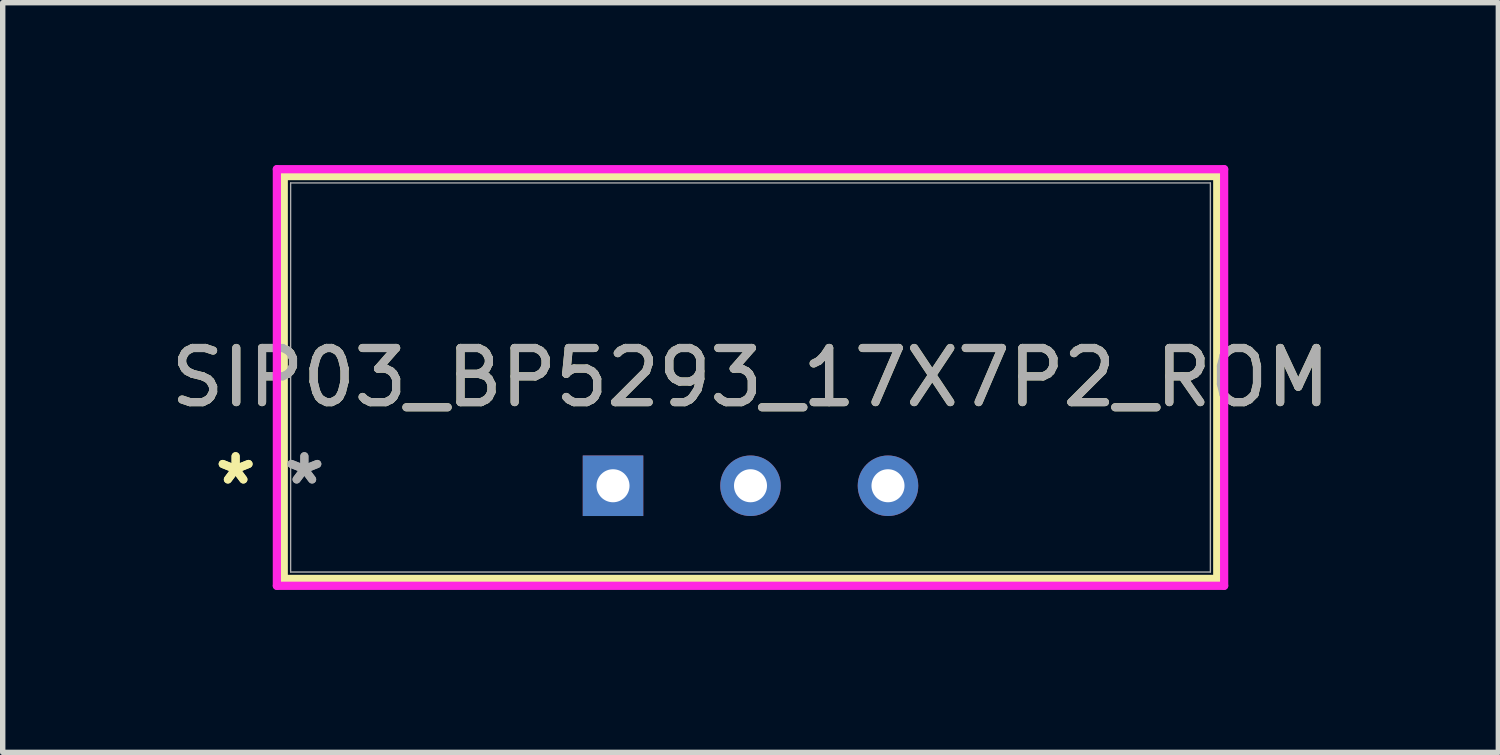
<source format=kicad_pcb>
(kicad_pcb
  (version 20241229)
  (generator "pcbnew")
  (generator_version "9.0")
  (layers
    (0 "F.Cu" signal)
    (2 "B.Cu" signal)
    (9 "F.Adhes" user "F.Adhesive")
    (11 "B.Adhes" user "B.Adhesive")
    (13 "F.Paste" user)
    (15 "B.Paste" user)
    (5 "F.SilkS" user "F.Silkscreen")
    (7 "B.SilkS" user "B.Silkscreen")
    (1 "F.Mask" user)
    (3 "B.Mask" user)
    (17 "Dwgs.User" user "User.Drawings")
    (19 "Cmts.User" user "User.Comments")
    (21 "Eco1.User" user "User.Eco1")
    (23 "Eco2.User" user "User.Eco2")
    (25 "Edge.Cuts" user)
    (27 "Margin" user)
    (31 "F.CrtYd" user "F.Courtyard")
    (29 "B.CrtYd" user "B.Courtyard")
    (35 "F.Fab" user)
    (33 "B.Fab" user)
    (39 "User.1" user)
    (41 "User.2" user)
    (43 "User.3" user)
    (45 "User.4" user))
  (footprint "SIP03_BP5293_17X7P2_ROM"
    (layer "F.Cu")
    (at 8.275 5.924)
    (property "Reference" "SIP03_BP5293_17X7P2_ROM" (at 2.54 -2 0) (unlocked yes) (layer "F.SilkS") (effects (font (size 1 1) (thickness 0.15))))
    (attr through_hole)
    (fp_line (start -6.083 -5.721) (end -6.083 1.721) (stroke (width 0.152) (type solid)) (layer "F.SilkS"))
    (fp_line (start -6.083 1.721) (end 11.163 1.721) (stroke (width 0.152) (type solid)) (layer "F.SilkS"))
    (fp_line (start 11.163 -5.721) (end -6.083 -5.721) (stroke (width 0.152) (type solid)) (layer "F.SilkS"))
    (fp_line (start 11.163 1.721) (end 11.163 -5.721) (stroke (width 0.152) (type solid)) (layer "F.SilkS"))
    (fp_line (start -6.21 -5.848) (end 11.29 -5.848) (stroke (width 0.152) (type solid)) (layer "F.CrtYd"))
    (fp_line (start -6.21 1.848) (end -6.21 -5.848) (stroke (width 0.152) (type solid)) (layer "F.CrtYd"))
    (fp_line (start 11.29 -5.848) (end 11.29 1.848) (stroke (width 0.152) (type solid)) (layer "F.CrtYd"))
    (fp_line (start 11.29 1.848) (end -6.21 1.848) (stroke (width 0.152) (type solid)) (layer "F.CrtYd"))
    (fp_line (start -5.956 -5.594) (end -5.956 1.594) (stroke (width 0.025) (type solid)) (layer "F.Fab"))
    (fp_line (start -5.956 1.594) (end 11.036 1.594) (stroke (width 0.025) (type solid)) (layer "F.Fab"))
    (fp_line (start 11.036 -5.594) (end -5.956 -5.594) (stroke (width 0.025) (type solid)) (layer "F.Fab"))
    (fp_line (start 11.036 1.594) (end 11.036 -5.594) (stroke (width 0.025) (type solid)) (layer "F.Fab"))
    (fp_text user "*" (at -6.972 0 0) (unlocked yes) (layer "F.SilkS") (effects (font (size 1 1) (thickness 0.15))))
    (fp_text user "*" (at -6.972 0 0) (layer "F.SilkS") (effects (font (size 1 1) (thickness 0.15))))
    (fp_text user "*" (at -5.702 0 0) (unlocked yes) (layer "F.Fab") (effects (font (size 1 1) (thickness 0.15))))
    (fp_text user "${REFERENCE}" (at 2.54 -2 0) (unlocked yes) (layer "F.Fab") (effects (font (size 1 1) (thickness 0.15))))
    (fp_text user "*" (at -5.702 0 0) (layer "F.Fab") (effects (font (size 1 1) (thickness 0.15))))
    (pad "1" thru_hole rect (at 0 0) (size 1.118 1.118) (drill 0.61) (layers "*.Cu" "*.Mask"))
    (pad "2" thru_hole circle (at 2.54 0) (size 1.118 1.118) (drill 0.61) (layers "*.Cu" "*.Mask"))
    (pad "3" thru_hole circle (at 5.08 0) (size 1.118 1.118) (drill 0.61) (layers "*.Cu" "*.Mask")))
  (gr_rect
    (start -3 -3)
    (end 24.631 10.849)
    (stroke (width 0.1) (type default))
    (fill no)
    (layer "Edge.Cuts")))
</source>
